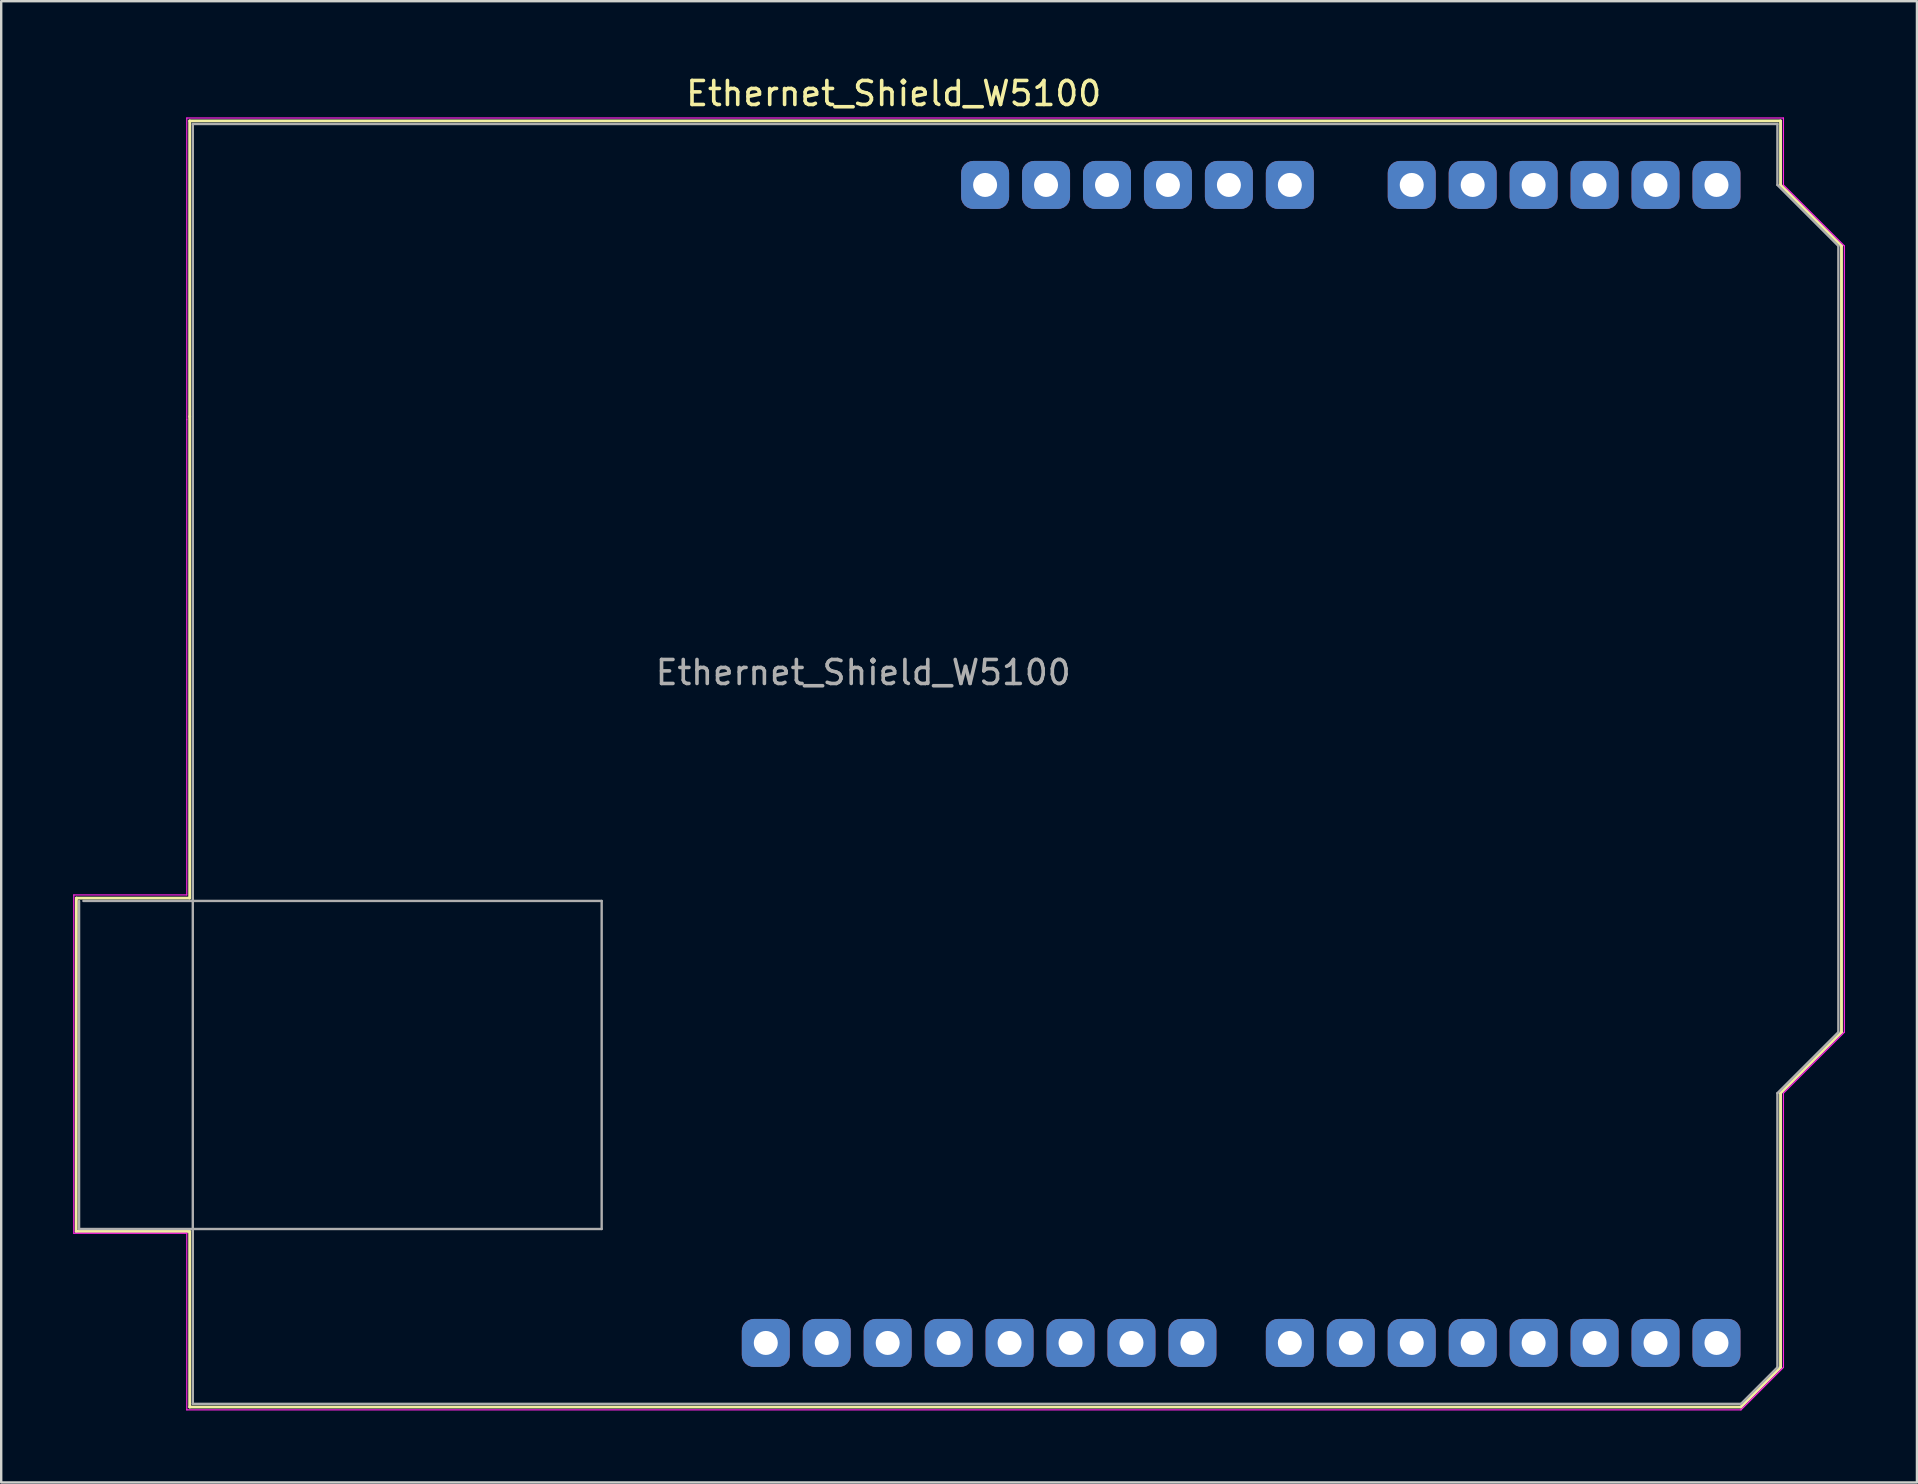
<source format=kicad_pcb>
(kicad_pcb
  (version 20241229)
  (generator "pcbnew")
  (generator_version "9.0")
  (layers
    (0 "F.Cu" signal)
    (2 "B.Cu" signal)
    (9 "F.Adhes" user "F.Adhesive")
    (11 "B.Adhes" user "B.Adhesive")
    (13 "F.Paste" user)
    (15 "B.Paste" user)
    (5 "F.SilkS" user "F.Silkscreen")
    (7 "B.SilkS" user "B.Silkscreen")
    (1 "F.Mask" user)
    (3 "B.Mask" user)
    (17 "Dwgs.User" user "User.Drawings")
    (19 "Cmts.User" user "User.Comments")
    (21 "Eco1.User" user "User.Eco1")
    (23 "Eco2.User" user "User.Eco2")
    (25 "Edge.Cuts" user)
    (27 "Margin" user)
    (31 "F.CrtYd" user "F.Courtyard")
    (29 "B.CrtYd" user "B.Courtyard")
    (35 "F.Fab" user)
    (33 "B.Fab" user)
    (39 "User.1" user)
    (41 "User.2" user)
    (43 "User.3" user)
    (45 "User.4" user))
  (footprint "Ethernet_Shield_W5100"
    (layer "F.Cu")
    (at 32.925 4.658)
    (property "Reference" "Ethernet_Shield_W5100" (at 1.27 -3.81 180) (layer "F.SilkS") (effects (font (size 1 1) (thickness 0.15))))
    (attr through_hole)
    (fp_line (start -32.8 43.612) (end -28.067 43.612) (stroke (width 0.12) (type solid)) (layer "F.SilkS"))
    (fp_line (start -32.791 29.72) (end -32.8 43.612) (stroke (width 0.12) (type solid)) (layer "F.SilkS"))
    (fp_line (start -28.07 -2.67) (end -28.07 9.65) (stroke (width 0.12) (type solid)) (layer "F.SilkS"))
    (fp_line (start -28.07 9.65) (end -28.07 29.72) (stroke (width 0.12) (type solid)) (layer "F.SilkS"))
    (fp_line (start -28.07 29.72) (end -32.791 29.72) (stroke (width 0.12) (type solid)) (layer "F.SilkS"))
    (fp_line (start -28.07 43.624) (end -28.07 50.93) (stroke (width 0.12) (type solid)) (layer "F.SilkS"))
    (fp_line (start -28.07 50.93) (end 36.58 50.93) (stroke (width 0.12) (type solid)) (layer "F.SilkS"))
    (fp_line (start 36.58 50.93) (end 38.23 49.28) (stroke (width 0.12) (type solid)) (layer "F.SilkS"))
    (fp_line (start 38.23 -2.67) (end -28.07 -2.67) (stroke (width 0.12) (type solid)) (layer "F.SilkS"))
    (fp_line (start 38.23 0) (end 38.23 -2.67) (stroke (width 0.12) (type solid)) (layer "F.SilkS"))
    (fp_line (start 38.23 37.85) (end 40.77 35.31) (stroke (width 0.12) (type solid)) (layer "F.SilkS"))
    (fp_line (start 38.23 49.28) (end 38.23 37.85) (stroke (width 0.12) (type solid)) (layer "F.SilkS"))
    (fp_line (start 40.77 2.54) (end 38.23 0) (stroke (width 0.12) (type solid)) (layer "F.SilkS"))
    (fp_line (start 40.77 35.31) (end 40.77 2.54) (stroke (width 0.12) (type solid)) (layer "F.SilkS"))
    (fp_line (start -32.9 29.59) (end -28.19 29.59) (stroke (width 0.05) (type solid)) (layer "F.CrtYd"))
    (fp_line (start -32.9 43.688) (end -32.9 29.59) (stroke (width 0.05) (type solid)) (layer "F.CrtYd"))
    (fp_line (start -28.19 -2.79) (end 38.35 -2.79) (stroke (width 0.05) (type solid)) (layer "F.CrtYd"))
    (fp_line (start -28.19 9.78) (end -28.19 -2.79) (stroke (width 0.05) (type solid)) (layer "F.CrtYd"))
    (fp_line (start -28.19 29.59) (end -28.19 9.78) (stroke (width 0.05) (type solid)) (layer "F.CrtYd"))
    (fp_line (start -28.19 43.688) (end -32.9 43.688) (stroke (width 0.05) (type solid)) (layer "F.CrtYd"))
    (fp_line (start -28.19 51.05) (end -28.19 43.688) (stroke (width 0.05) (type solid)) (layer "F.CrtYd"))
    (fp_line (start 36.58 51.05) (end -28.19 51.05) (stroke (width 0.05) (type solid)) (layer "F.CrtYd"))
    (fp_line (start 38.35 -2.79) (end 38.35 0) (stroke (width 0.05) (type solid)) (layer "F.CrtYd"))
    (fp_line (start 38.35 0) (end 40.89 2.54) (stroke (width 0.05) (type solid)) (layer "F.CrtYd"))
    (fp_line (start 38.35 37.85) (end 38.35 49.28) (stroke (width 0.05) (type solid)) (layer "F.CrtYd"))
    (fp_line (start 38.35 49.28) (end 36.58 51.05) (stroke (width 0.05) (type solid)) (layer "F.CrtYd"))
    (fp_line (start 40.89 2.54) (end 40.89 35.31) (stroke (width 0.05) (type solid)) (layer "F.CrtYd"))
    (fp_line (start 40.89 35.31) (end 38.35 37.85) (stroke (width 0.05) (type solid)) (layer "F.CrtYd"))
    (fp_line (start -32.68 43.51) (end -32.68 29.84) (stroke (width 0.1) (type solid)) (layer "F.Fab"))
    (fp_line (start -32.5 29.84) (end -10.9 29.84) (stroke (width 0.1) (type solid)) (layer "F.Fab"))
    (fp_line (start -27.94 -2.54) (end 38.1 -2.54) (stroke (width 0.1) (type solid)) (layer "F.Fab"))
    (fp_line (start -27.94 50.8) (end -27.94 -2.54) (stroke (width 0.1) (type solid)) (layer "F.Fab"))
    (fp_line (start -10.9 29.84) (end -10.9 43.51) (stroke (width 0.1) (type solid)) (layer "F.Fab"))
    (fp_line (start -10.9 43.51) (end -32.68 43.51) (stroke (width 0.1) (type solid)) (layer "F.Fab"))
    (fp_line (start 36.58 50.8) (end -27.94 50.8) (stroke (width 0.1) (type solid)) (layer "F.Fab"))
    (fp_line (start 38.1 -2.54) (end 38.1 0) (stroke (width 0.1) (type solid)) (layer "F.Fab"))
    (fp_line (start 38.1 0) (end 40.64 2.54) (stroke (width 0.1) (type solid)) (layer "F.Fab"))
    (fp_line (start 38.1 37.85) (end 38.1 49.28) (stroke (width 0.1) (type solid)) (layer "F.Fab"))
    (fp_line (start 38.1 49.28) (end 36.58 50.8) (stroke (width 0.1) (type solid)) (layer "F.Fab"))
    (fp_line (start 40.64 2.54) (end 40.64 35.31) (stroke (width 0.1) (type solid)) (layer "F.Fab"))
    (fp_line (start 40.64 35.31) (end 38.1 37.85) (stroke (width 0.1) (type solid)) (layer "F.Fab"))
    (fp_text user "${REFERENCE}" (at 0 20.32 180) (layer "F.Fab") (effects (font (size 1 1) (thickness 0.15))))
    (pad "1" thru_hole roundrect (at -4.06 48.26 90) (size 2 2) (drill 1) (layers "*.Cu" "*.Mask") (roundrect_rratio 0.25))
    (pad "2" thru_hole roundrect (at -1.52 48.26 90) (size 2 2) (drill 1) (layers "*.Cu" "*.Mask") (roundrect_rratio 0.25))
    (pad "3" thru_hole roundrect (at 1.02 48.26 90) (size 2 2) (drill 1) (layers "*.Cu" "*.Mask") (roundrect_rratio 0.25))
    (pad "4" thru_hole roundrect (at 3.56 48.26 90) (size 2 2) (drill 1) (layers "*.Cu" "*.Mask") (roundrect_rratio 0.25))
    (pad "5" thru_hole roundrect (at 6.1 48.26 90) (size 2 2) (drill 1) (layers "*.Cu" "*.Mask") (roundrect_rratio 0.25))
    (pad "6" thru_hole roundrect (at 8.64 48.26 90) (size 2 2) (drill 1) (layers "*.Cu" "*.Mask") (roundrect_rratio 0.25))
    (pad "7" thru_hole roundrect (at 11.18 48.26 90) (size 2 2) (drill 1) (layers "*.Cu" "*.Mask") (roundrect_rratio 0.25))
    (pad "8" thru_hole roundrect (at 13.72 48.26 90) (size 2 2) (drill 1) (layers "*.Cu" "*.Mask") (roundrect_rratio 0.25))
    (pad "9" thru_hole roundrect (at 17.78 48.26 90) (size 2 2) (drill 1) (layers "*.Cu" "*.Mask") (roundrect_rratio 0.25))
    (pad "10" thru_hole roundrect (at 20.32 48.26 90) (size 2 2) (drill 1) (layers "*.Cu" "*.Mask") (roundrect_rratio 0.25))
    (pad "11" thru_hole roundrect (at 22.86 48.26 90) (size 2 2) (drill 1) (layers "*.Cu" "*.Mask") (roundrect_rratio 0.25))
    (pad "12" thru_hole roundrect (at 25.4 48.26 90) (size 2 2) (drill 1) (layers "*.Cu" "*.Mask") (roundrect_rratio 0.25))
    (pad "13" thru_hole roundrect (at 27.94 48.26 90) (size 2 2) (drill 1) (layers "*.Cu" "*.Mask") (roundrect_rratio 0.25))
    (pad "14" thru_hole roundrect (at 30.48 48.26 90) (size 2 2) (drill 1) (layers "*.Cu" "*.Mask") (roundrect_rratio 0.25))
    (pad "15" thru_hole roundrect (at 33.02 48.26 90) (size 2 2) (drill 1) (layers "*.Cu" "*.Mask") (roundrect_rratio 0.25))
    (pad "16" thru_hole roundrect (at 35.56 48.26 90) (size 2 2) (drill 1) (layers "*.Cu" "*.Mask") (roundrect_rratio 0.25))
    (pad "17" thru_hole roundrect (at 5.08 0 90) (size 2 2) (drill 1) (layers "*.Cu" "*.Mask") (roundrect_rratio 0.25))
    (pad "18" thru_hole roundrect (at 7.62 0 90) (size 2 2) (drill 1) (layers "*.Cu" "*.Mask") (roundrect_rratio 0.25))
    (pad "19" thru_hole roundrect (at 10.16 0 90) (size 2 2) (drill 1) (layers "*.Cu" "*.Mask") (roundrect_rratio 0.25))
    (pad "20" thru_hole roundrect (at 12.7 0 90) (size 2 2) (drill 1) (layers "*.Cu" "*.Mask") (roundrect_rratio 0.25))
    (pad "21" thru_hole roundrect (at 15.24 0 90) (size 2 2) (drill 1) (layers "*.Cu" "*.Mask") (roundrect_rratio 0.25))
    (pad "22" thru_hole roundrect (at 17.78 0 90) (size 2 2) (drill 1) (layers "*.Cu" "*.Mask") (roundrect_rratio 0.25))
    (pad "23" thru_hole roundrect (at 22.86 0 90) (size 2 2) (drill 1) (layers "*.Cu" "*.Mask") (roundrect_rratio 0.25))
    (pad "24" thru_hole roundrect (at 25.4 0 90) (size 2 2) (drill 1) (layers "*.Cu" "*.Mask") (roundrect_rratio 0.25))
    (pad "25" thru_hole roundrect (at 27.94 0 90) (size 2 2) (drill 1) (layers "*.Cu" "*.Mask") (roundrect_rratio 0.25))
    (pad "26" thru_hole roundrect (at 30.48 0 90) (size 2 2) (drill 1) (layers "*.Cu" "*.Mask") (roundrect_rratio 0.25))
    (pad "27" thru_hole roundrect (at 33.02 0 90) (size 2 2) (drill 1) (layers "*.Cu" "*.Mask") (roundrect_rratio 0.25))
    (pad "28" thru_hole roundrect (at 35.56 0 90) (size 2 2) (drill 1) (layers "*.Cu" "*.Mask") (roundrect_rratio 0.25)))
  (gr_rect
    (start -3 -3)
    (end 76.84 58.733)
    (stroke (width 0.1) (type default))
    (fill no)
    (layer "Edge.Cuts")))
</source>
